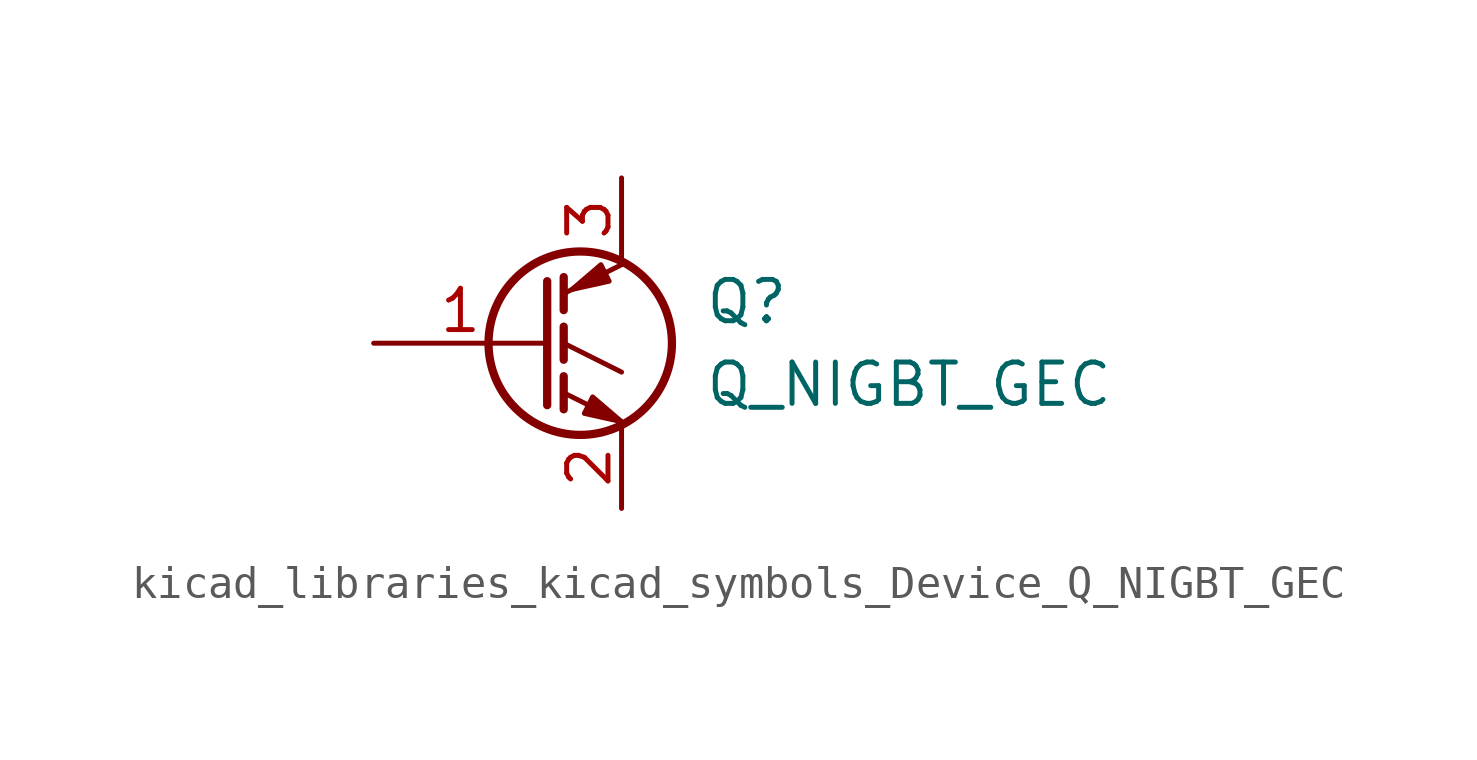
<source format=kicad_sym>
(kicad_symbol_lib
  (version 20220914)
  (generator kicad_symbol_editor)
  (symbol "kicad_libraries_kicad_symbols_Device_Q_NIGBT_GEC"
    (pin_names
      (offset 0) hide)
    (property "Reference" "Q"
      (at 5.08 1.27 0)
      (effects (font (size 1.27 1.27)) (justify left)))
    (property "Value" "Q_NIGBT_GEC"
      (at 5.08 -1.27 0)
      (effects (font (size 1.27 1.27)) (justify left)))
    (symbol "kicad_libraries_kicad_symbols_Device_Q_NIGBT_GEC_0_1"
      (polyline (pts (xy 0.762 -1.016) (xy 0.762 -2.032)) (stroke (width 0.254) (type default)) (fill (type none)))
      (polyline (pts (xy 0.762 0.508) (xy 0.762 -0.508)) (stroke (width 0.254) (type default)) (fill (type none)))
      (polyline (pts (xy 0.762 2.032) (xy 0.762 1.016)) (stroke (width 0.254) (type default)) (fill (type none)))
      (polyline (pts (xy 2.54 -2.413) (xy 0.762 -1.524)) (stroke (width 0) (type default)) (fill (type none)))
      (polyline (pts (xy 2.54 -0.889) (xy 0.762 0)) (stroke (width 0) (type default)) (fill (type none)))
      (polyline (pts (xy 2.54 2.413) (xy 0.762 1.524)) (stroke (width 0) (type default)) (fill (type none)))
      (polyline (pts (xy 0.254 1.905) (xy 0.254 -1.905) (xy 0.254 -1.905)) (stroke (width 0.254) (type default)) (fill (type none)))
      (polyline (pts (xy 1.397 -2.159) (xy 1.651 -1.651) (xy 2.54 -2.413) (xy 1.397 -2.159)) (stroke (width 0) (type default)) (fill (type outline)))
      (polyline (pts (xy 2.159 1.905) (xy 1.905 2.413) (xy 1.016 1.651) (xy 2.159 1.905)) (stroke (width 0) (type default)) (fill (type outline)))
      (circle (center 1.27 0) (radius 2.819) (stroke (width 0.254) (type default)) (fill (type none))))
    (symbol "kicad_libraries_kicad_symbols_Device_Q_NIGBT_GEC_1_1"
      (pin input line (at -5.08 0 0) (length 5.334) (name "G" (effects (font (size 1.27 1.27)))) (number "1" (effects (font (size 1.27 1.27)))))
      (pin passive line (at 2.54 -5.08 90) (length 2.54) (name "E" (effects (font (size 1.27 1.27)))) (number "2" (effects (font (size 1.27 1.27)))))
      (pin passive line (at 2.54 5.08 270) (length 2.54) (name "C" (effects (font (size 1.27 1.27)))) (number "3" (effects (font (size 1.27 1.27))))))))
</source>
